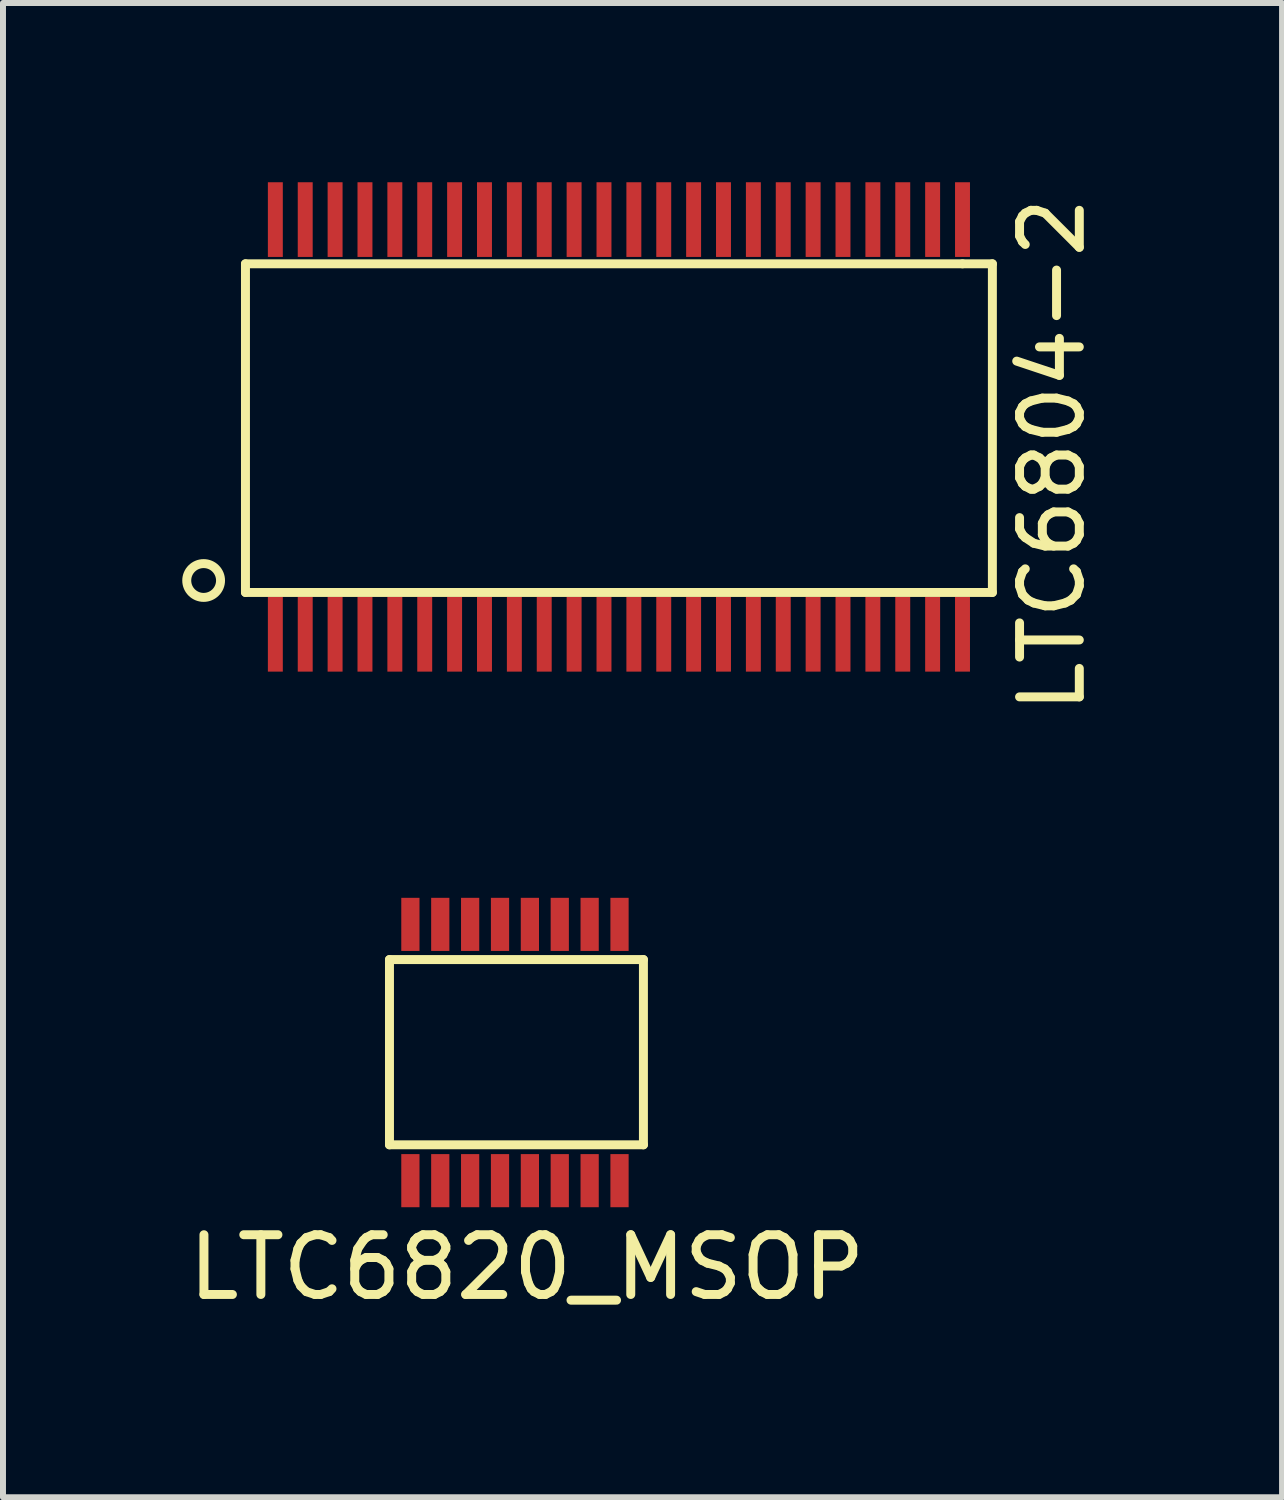
<source format=kicad_pcb>
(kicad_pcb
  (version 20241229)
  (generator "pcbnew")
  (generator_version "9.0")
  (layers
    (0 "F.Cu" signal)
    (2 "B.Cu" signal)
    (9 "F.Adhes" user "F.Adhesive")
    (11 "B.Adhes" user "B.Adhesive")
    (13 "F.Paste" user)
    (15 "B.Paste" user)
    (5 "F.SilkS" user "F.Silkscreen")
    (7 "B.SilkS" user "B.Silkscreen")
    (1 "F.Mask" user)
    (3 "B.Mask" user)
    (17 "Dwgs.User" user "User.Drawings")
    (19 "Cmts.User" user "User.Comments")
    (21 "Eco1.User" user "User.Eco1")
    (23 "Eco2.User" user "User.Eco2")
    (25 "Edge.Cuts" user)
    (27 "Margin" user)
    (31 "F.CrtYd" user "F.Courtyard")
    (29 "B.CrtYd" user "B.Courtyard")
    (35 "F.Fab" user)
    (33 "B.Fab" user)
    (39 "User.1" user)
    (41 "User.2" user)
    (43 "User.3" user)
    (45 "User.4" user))
  (footprint "LTC6804-2"
    (layer "F.Cu")
    (at 1.558 7.565)
    (property "Reference" "LTC6804-2" (at 13 -3 90) (layer "F.SilkS") (effects (font (size 1 1) (thickness 0.15))))
    (attr through_hole)
    (fp_line (start -0.5 -6.2) (end 11.5 -6.2) (stroke (width 0.15) (type solid)) (layer "F.SilkS"))
    (fp_line (start -0.5 -0.7) (end -0.5 -6.2) (stroke (width 0.15) (type solid)) (layer "F.SilkS"))
    (fp_line (start 11.5 -6.2) (end 12 -6.2) (stroke (width 0.15) (type solid)) (layer "F.SilkS"))
    (fp_line (start 12 -6.2) (end 12 -0.7) (stroke (width 0.15) (type solid)) (layer "F.SilkS"))
    (fp_line (start 12 -0.7) (end -0.5 -0.7) (stroke (width 0.15) (type solid)) (layer "F.SilkS"))
    (fp_circle (center -1.2 -0.9) (end -1 -0.7) (stroke (width 0.15) (type solid)) (fill no) (layer "F.SilkS"))
    (pad "1" smd rect (at 0 0) (size 0.25 1.25) (layers "F.Cu" "F.Mask" "F.Paste"))
    (pad "2" smd rect (at 0.5 0) (size 0.25 1.25) (layers "F.Cu" "F.Mask" "F.Paste"))
    (pad "3" smd rect (at 1 0) (size 0.25 1.25) (layers "F.Cu" "F.Mask" "F.Paste"))
    (pad "4" smd rect (at 1.5 0) (size 0.25 1.25) (layers "F.Cu" "F.Mask" "F.Paste"))
    (pad "5" smd rect (at 2 0) (size 0.25 1.25) (layers "F.Cu" "F.Mask" "F.Paste"))
    (pad "6" smd rect (at 2.5 0) (size 0.25 1.25) (layers "F.Cu" "F.Mask" "F.Paste"))
    (pad "7" smd rect (at 3 0) (size 0.25 1.25) (layers "F.Cu" "F.Mask" "F.Paste"))
    (pad "8" smd rect (at 3.5 0) (size 0.25 1.25) (layers "F.Cu" "F.Mask" "F.Paste"))
    (pad "9" smd rect (at 4 0) (size 0.25 1.25) (layers "F.Cu" "F.Mask" "F.Paste"))
    (pad "10" smd rect (at 4.5 0) (size 0.25 1.25) (layers "F.Cu" "F.Mask" "F.Paste"))
    (pad "11" smd rect (at 5 0) (size 0.25 1.25) (layers "F.Cu" "F.Mask" "F.Paste"))
    (pad "12" smd rect (at 5.5 0) (size 0.25 1.25) (layers "F.Cu" "F.Mask" "F.Paste"))
    (pad "13" smd rect (at 6 0) (size 0.25 1.25) (layers "F.Cu" "F.Mask" "F.Paste"))
    (pad "14" smd rect (at 6.5 0) (size 0.25 1.25) (layers "F.Cu" "F.Mask" "F.Paste"))
    (pad "15" smd rect (at 7 0) (size 0.25 1.25) (layers "F.Cu" "F.Mask" "F.Paste"))
    (pad "16" smd rect (at 7.5 0) (size 0.25 1.25) (layers "F.Cu" "F.Mask" "F.Paste"))
    (pad "17" smd rect (at 8 0) (size 0.25 1.25) (layers "F.Cu" "F.Mask" "F.Paste"))
    (pad "18" smd rect (at 8.5 0) (size 0.25 1.25) (layers "F.Cu" "F.Mask" "F.Paste"))
    (pad "19" smd rect (at 9 0) (size 0.25 1.25) (layers "F.Cu" "F.Mask" "F.Paste"))
    (pad "20" smd rect (at 9.5 0) (size 0.25 1.25) (layers "F.Cu" "F.Mask" "F.Paste"))
    (pad "21" smd rect (at 10 0) (size 0.25 1.25) (layers "F.Cu" "F.Mask" "F.Paste"))
    (pad "22" smd rect (at 10.5 0) (size 0.25 1.25) (layers "F.Cu" "F.Mask" "F.Paste"))
    (pad "23" smd rect (at 11 0) (size 0.25 1.25) (layers "F.Cu" "F.Mask" "F.Paste"))
    (pad "24" smd rect (at 11.5 0) (size 0.25 1.25) (layers "F.Cu" "F.Mask" "F.Paste"))
    (pad "25" smd rect (at 11.5 -6.94) (size 0.25 1.25) (layers "F.Cu" "F.Mask" "F.Paste"))
    (pad "26" smd rect (at 11 -6.94) (size 0.25 1.25) (layers "F.Cu" "F.Mask" "F.Paste"))
    (pad "27" smd rect (at 10.5 -6.94) (size 0.25 1.25) (layers "F.Cu" "F.Mask" "F.Paste"))
    (pad "28" smd rect (at 10 -6.94) (size 0.25 1.25) (layers "F.Cu" "F.Mask" "F.Paste"))
    (pad "29" smd rect (at 9.5 -6.94) (size 0.25 1.25) (layers "F.Cu" "F.Mask" "F.Paste"))
    (pad "30" smd rect (at 9 -6.94) (size 0.25 1.25) (layers "F.Cu" "F.Mask" "F.Paste"))
    (pad "31" smd rect (at 8.5 -6.94) (size 0.25 1.25) (layers "F.Cu" "F.Mask" "F.Paste"))
    (pad "32" smd rect (at 8 -6.94) (size 0.25 1.25) (layers "F.Cu" "F.Mask" "F.Paste"))
    (pad "33" smd rect (at 7.5 -6.94) (size 0.25 1.25) (layers "F.Cu" "F.Mask" "F.Paste"))
    (pad "34" smd rect (at 7 -6.94) (size 0.25 1.25) (layers "F.Cu" "F.Mask" "F.Paste"))
    (pad "35" smd rect (at 6.5 -6.94) (size 0.25 1.25) (layers "F.Cu" "F.Mask" "F.Paste"))
    (pad "36" smd rect (at 6 -6.94) (size 0.25 1.25) (layers "F.Cu" "F.Mask" "F.Paste"))
    (pad "37" smd rect (at 5.5 -6.94) (size 0.25 1.25) (layers "F.Cu" "F.Mask" "F.Paste"))
    (pad "38" smd rect (at 5 -6.94) (size 0.25 1.25) (layers "F.Cu" "F.Mask" "F.Paste"))
    (pad "39" smd rect (at 4.5 -6.94) (size 0.25 1.25) (layers "F.Cu" "F.Mask" "F.Paste"))
    (pad "40" smd rect (at 4 -6.94) (size 0.25 1.25) (layers "F.Cu" "F.Mask" "F.Paste"))
    (pad "41" smd rect (at 3.5 -6.94) (size 0.25 1.25) (layers "F.Cu" "F.Mask" "F.Paste"))
    (pad "42" smd rect (at 3 -6.94) (size 0.25 1.25) (layers "F.Cu" "F.Mask" "F.Paste"))
    (pad "43" smd rect (at 2.5 -6.94) (size 0.25 1.25) (layers "F.Cu" "F.Mask" "F.Paste"))
    (pad "44" smd rect (at 2 -6.94) (size 0.25 1.25) (layers "F.Cu" "F.Mask" "F.Paste"))
    (pad "45" smd rect (at 1.5 -6.94) (size 0.25 1.25) (layers "F.Cu" "F.Mask" "F.Paste"))
    (pad "46" smd rect (at 1 -6.94) (size 0.25 1.25) (layers "F.Cu" "F.Mask" "F.Paste"))
    (pad "47" smd rect (at 0.5 -6.94) (size 0.25 1.25) (layers "F.Cu" "F.Mask" "F.Paste"))
    (pad "48" smd rect (at 0 -6.94) (size 0.25 1.25) (layers "F.Cu" "F.Mask" "F.Paste")))
  (footprint "LTC6820_MSOP"
    (layer "F.Cu")
    (at 3.818 16.709)
    (property "Reference" "LTC6820_MSOP" (at 1.95 1.45 0) (layer "F.SilkS") (effects (font (size 1 1) (thickness 0.15))))
    (attr through_hole)
    (fp_line (start -0.35 -3.7) (end 3.9 -3.7) (stroke (width 0.15) (type solid)) (layer "F.SilkS"))
    (fp_line (start -0.35 -0.6) (end -0.35 -3.7) (stroke (width 0.15) (type solid)) (layer "F.SilkS"))
    (fp_line (start 3.9 -3.7) (end 3.9 -0.6) (stroke (width 0.15) (type solid)) (layer "F.SilkS"))
    (fp_line (start 3.9 -0.6) (end -0.35 -0.6) (stroke (width 0.15) (type solid)) (layer "F.SilkS"))
    (pad "1" smd rect (at 0 0) (size 0.305 0.889) (layers "F.Cu" "F.Mask" "F.Paste"))
    (pad "2" smd rect (at 0.5 0) (size 0.305 0.889) (layers "F.Cu" "F.Mask" "F.Paste"))
    (pad "3" smd rect (at 1 0) (size 0.305 0.889) (layers "F.Cu" "F.Mask" "F.Paste"))
    (pad "4" smd rect (at 1.5 0) (size 0.305 0.889) (layers "F.Cu" "F.Mask" "F.Paste"))
    (pad "5" smd rect (at 2 0) (size 0.305 0.889) (layers "F.Cu" "F.Mask" "F.Paste"))
    (pad "6" smd rect (at 2.5 0) (size 0.305 0.889) (layers "F.Cu" "F.Mask" "F.Paste"))
    (pad "7" smd rect (at 3 0) (size 0.305 0.889) (layers "F.Cu" "F.Mask" "F.Paste"))
    (pad "8" smd rect (at 3.5 0) (size 0.305 0.889) (layers "F.Cu" "F.Mask" "F.Paste"))
    (pad "9" smd rect (at 3.5 -4.289) (size 0.305 0.889) (layers "F.Cu" "F.Mask" "F.Paste"))
    (pad "10" smd rect (at 3 -4.289) (size 0.305 0.889) (layers "F.Cu" "F.Mask" "F.Paste"))
    (pad "11" smd rect (at 2.5 -4.289) (size 0.305 0.889) (layers "F.Cu" "F.Mask" "F.Paste"))
    (pad "12" smd rect (at 2 -4.289) (size 0.305 0.889) (layers "F.Cu" "F.Mask" "F.Paste"))
    (pad "13" smd rect (at 1.5 -4.289) (size 0.305 0.889) (layers "F.Cu" "F.Mask" "F.Paste"))
    (pad "14" smd rect (at 1 -4.289) (size 0.305 0.889) (layers "F.Cu" "F.Mask" "F.Paste"))
    (pad "15" smd rect (at 0.5 -4.289) (size 0.305 0.889) (layers "F.Cu" "F.Mask" "F.Paste"))
    (pad "16" smd rect (at 0 -4.289) (size 0.305 0.889) (layers "F.Cu" "F.Mask" "F.Paste")))
  (gr_rect
    (start -3 -3)
    (end 18.406 22.007)
    (stroke (width 0.1) (type default))
    (fill no)
    (layer "Edge.Cuts")))
</source>
